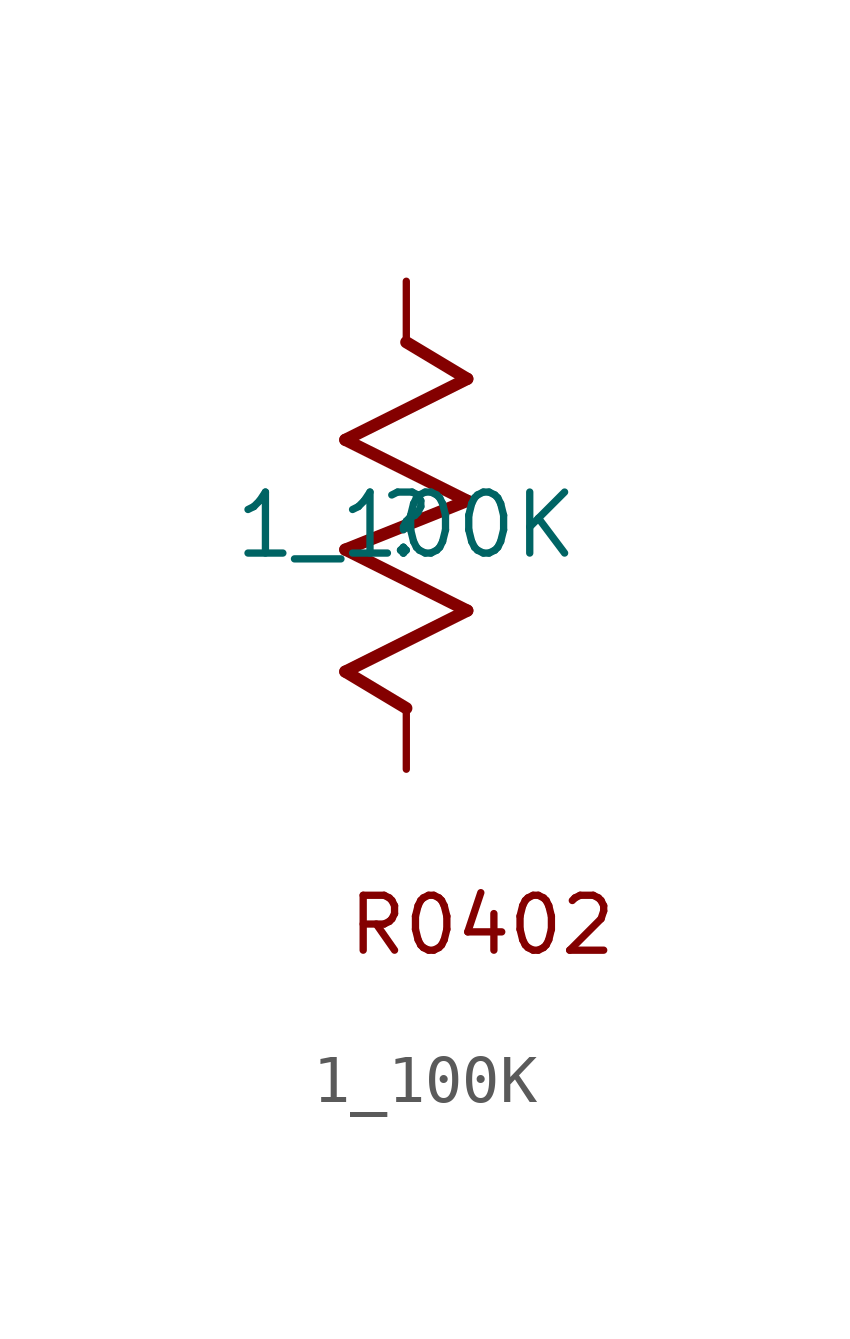
<source format=kicad_sym>
(kicad_symbol_lib
  (version 20211014)
  (generator kicad_symbol_editor)
  (symbol "1_100K"
    (property "Reference" ""
      (at 0 0 0)
      (effects (font (size 1.27 1.27))))
    (property "Value" "1_100K"
      (at 0 0 0)
      (effects (font (size 1.27 1.27))))
    (symbol "1_100K_1_0"
      (polyline (pts (xy -1.27 -3.048) (xy 0 -3.81)) (stroke (width 0.254) (type default) (color 0 0 0 0)) (fill (type none)))
      (polyline (pts (xy -1.27 -0.508) (xy 1.27 -1.778)) (stroke (width 0.254) (type default) (color 0 0 0 0)) (fill (type none)))
      (polyline (pts (xy -1.27 1.778) (xy 1.27 0.508)) (stroke (width 0.254) (type default) (color 0 0 0 0)) (fill (type none)))
      (polyline (pts (xy 0 3.81) (xy 1.27 3.048)) (stroke (width 0.254) (type default) (color 0 0 0 0)) (fill (type none)))
      (polyline (pts (xy 1.27 -1.778) (xy -1.27 -3.048)) (stroke (width 0.254) (type default) (color 0 0 0 0)) (fill (type none)))
      (polyline (pts (xy 1.27 0.508) (xy -1.27 -0.508)) (stroke (width 0.254) (type default) (color 0 0 0 0)) (fill (type none)))
      (polyline (pts (xy 1.27 3.048) (xy -1.27 1.778)) (stroke (width 0.254) (type default) (color 0 0 0 0)) (fill (type none)))
      (text "R0402" (at -1.27 -8.996 0) (effects (font (size 1.143 1.143)) (justify left bottom)))
      (pin passive line (at 0 -5.08 90) (length 1.27) (name "1" (effects (font (size 0 0)))) (number "1" (effects (font (size 0 0)))))
      (pin passive line (at 0 5.08 270) (length 1.27) (name "2" (effects (font (size 0 0)))) (number "2" (effects (font (size 0 0))))))))
</source>
